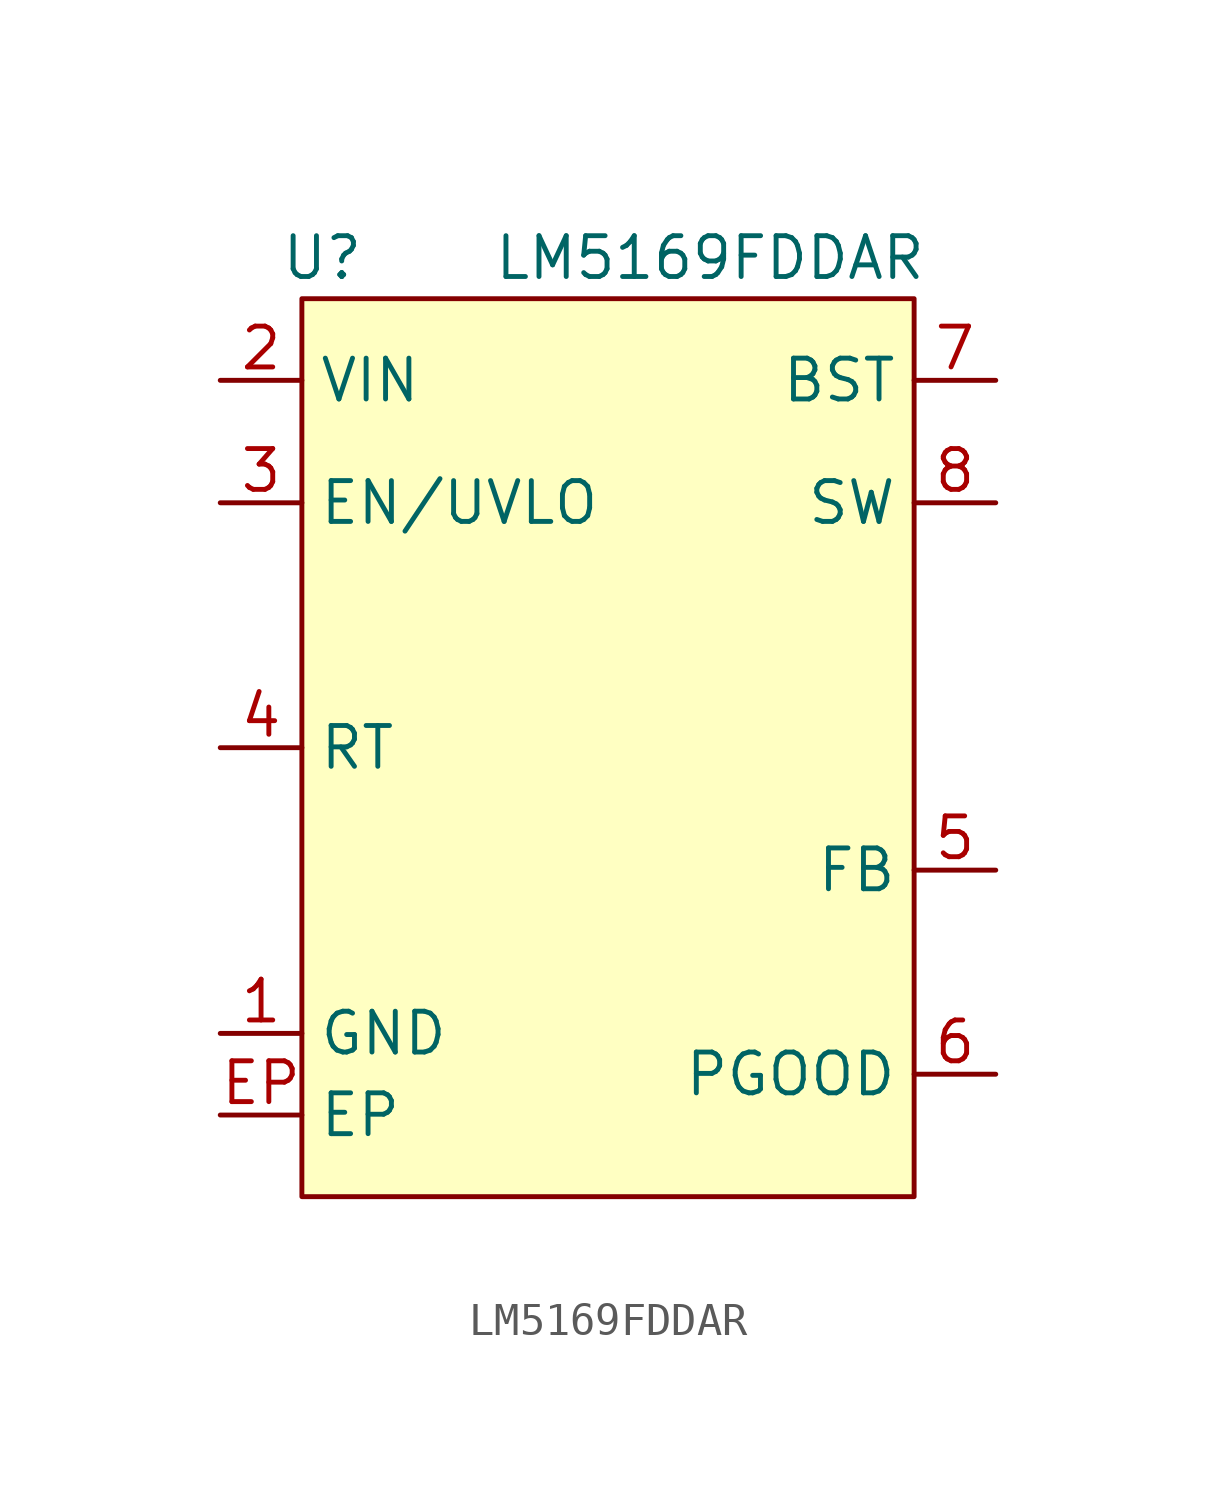
<source format=kicad_sym>
(kicad_symbol_lib
  (version 20220914)
  (generator kicad_symbol_editor)
  (symbol "LM5169FDDAR"
    (property "Reference" "U"
      (at 0.635 1.27 0)
      (do_not_autoplace)
      (effects (font (size 1.27 1.27))))
    (property "Value" "LM5169FDDAR"
      (at 12.7 1.27 0)
      (do_not_autoplace)
      (effects (font (size 1.27 1.27))))
    (symbol "LM5169FDDAR_1_1"
      (rectangle (start 0 0) (end 19.05 -27.94) (stroke (width 0) (type default) (color 132 0 0 1)) (fill (type background)))
      (pin passive line (at -2.54 -22.86 0) (length 2.54) (name "GND" (effects (font (size 1.27 1.27)))) (number "1" (effects (font (size 1.27 1.27)))))
      (pin passive line (at -2.54 -2.54 0) (length 2.54) (name "VIN" (effects (font (size 1.27 1.27)))) (number "2" (effects (font (size 1.27 1.27)))))
      (pin passive line (at -2.54 -6.35 0) (length 2.54) (name "EN/UVLO" (effects (font (size 1.27 1.27)))) (number "3" (effects (font (size 1.27 1.27)))))
      (pin passive line (at -2.54 -13.97 0) (length 2.54) (name "RT" (effects (font (size 1.27 1.27)))) (number "4" (effects (font (size 1.27 1.27)))))
      (pin input line (at 21.59 -17.78 180) (length 2.54) (name "FB" (effects (font (size 1.27 1.27)))) (number "5" (effects (font (size 1.27 1.27)))))
      (pin output line (at 21.59 -24.13 180) (length 2.54) (name "PGOOD" (effects (font (size 1.27 1.27)))) (number "6" (effects (font (size 1.27 1.27)))))
      (pin passive line (at 21.59 -2.54 180) (length 2.54) (name "BST" (effects (font (size 1.27 1.27)))) (number "7" (effects (font (size 1.27 1.27)))))
      (pin passive line (at 21.59 -6.35 180) (length 2.54) (name "SW" (effects (font (size 1.27 1.27)))) (number "8" (effects (font (size 1.27 1.27)))))
      (pin passive line (at -2.54 -25.4 0) (length 2.54) (name "EP" (effects (font (size 1.27 1.27)))) (number "EP" (effects (font (size 1.27 1.27))))))))
</source>
